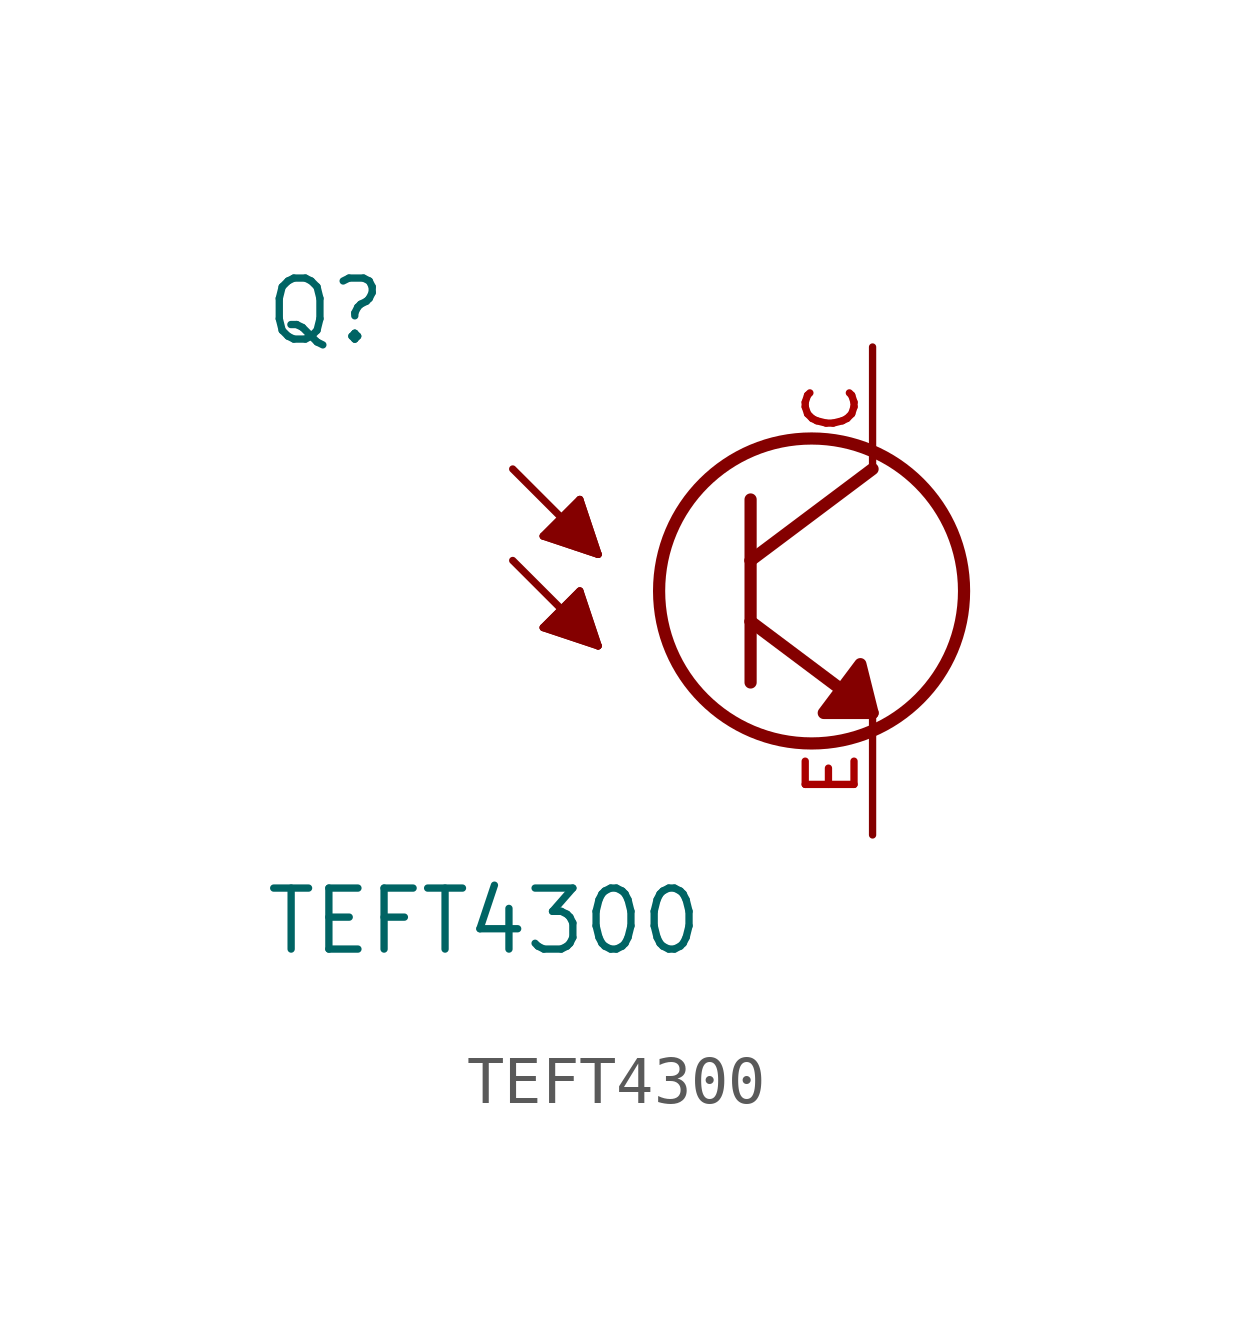
<source format=kicad_sym>
(kicad_symbol_lib
  (version 20211014)
  (generator kicad_symbol_editor)
  (symbol "TEFT4300"
    (pin_names
      (offset 1.016))
    (property "Reference" "Q"
      (at -10.156 5.082 0)
      (effects (font (size 1.27 1.27)) (justify bottom left)))
    (property "Value" "TEFT4300"
      (at -10.151 -7.62 0)
      (effects (font (size 1.27 1.27)) (justify bottom left)))
    (symbol "TEFT4300_0_0"
      (polyline (pts (xy -4.953 2.54) (xy -3.175 0.762)) (stroke (width 0.152)))
      (polyline (pts (xy -3.175 0.762) (xy -4.318 1.143)) (stroke (width 0.152)))
      (polyline (pts (xy -4.318 1.143) (xy -3.556 1.905)) (stroke (width 0.152)))
      (polyline (pts (xy -3.556 1.905) (xy -3.175 0.762)) (stroke (width 0.152)))
      (polyline (pts (xy 2.286 -2.286) (xy 2.54 -2.54)) (stroke (width 0.152)))
      (polyline (pts (xy -4.318 1.143) (xy -3.175 0.762) (xy -3.556 1.905) (xy -4.318 1.143)) (stroke (width 0.152)) (fill (type outline)))
      (circle (center 1.27 0.0) (radius 3.175) (stroke (width 0.254)) (fill (type none)))
      (polyline (pts (xy 0.0 1.905) (xy 0.0 0.635)) (stroke (width 0.254)))
      (polyline (pts (xy 0.0 0.635) (xy 0.0 -0.635)) (stroke (width 0.254)))
      (polyline (pts (xy 0.0 -0.635) (xy 0.0 -1.905)) (stroke (width 0.254)))
      (polyline (pts (xy 0.0 -0.635) (xy 2.54 -2.54)) (stroke (width 0.254)))
      (polyline (pts (xy 0.0 0.635) (xy 2.54 2.54)) (stroke (width 0.254)))
      (polyline (pts (xy 2.54 -2.54) (xy 2.286 -1.524) (xy 1.524 -2.54) (xy 2.54 -2.54)) (stroke (width 0.254)) (fill (type outline)))
      (polyline (pts (xy -4.953 0.635) (xy -3.175 -1.143)) (stroke (width 0.152)))
      (polyline (pts (xy -3.175 -1.143) (xy -4.318 -0.762)) (stroke (width 0.152)))
      (polyline (pts (xy -4.318 -0.762) (xy -3.556 0.0)) (stroke (width 0.152)))
      (polyline (pts (xy -3.556 0.0) (xy -3.175 -1.143)) (stroke (width 0.152)))
      (polyline (pts (xy -4.318 -0.762) (xy -3.175 -1.143) (xy -3.556 0.0) (xy -4.318 -0.762)) (stroke (width 0.152)) (fill (type outline)))
      (pin passive line (at 2.54 -5.08 90.0) (length 2.54) (name "~" (effects (font (size 1.016 1.016)))) (number "E" (effects (font (size 1.016 1.016)))))
      (pin passive line (at 2.54 5.08 270.0) (length 2.54) (name "~" (effects (font (size 1.016 1.016)))) (number "C" (effects (font (size 1.016 1.016))))))))
</source>
